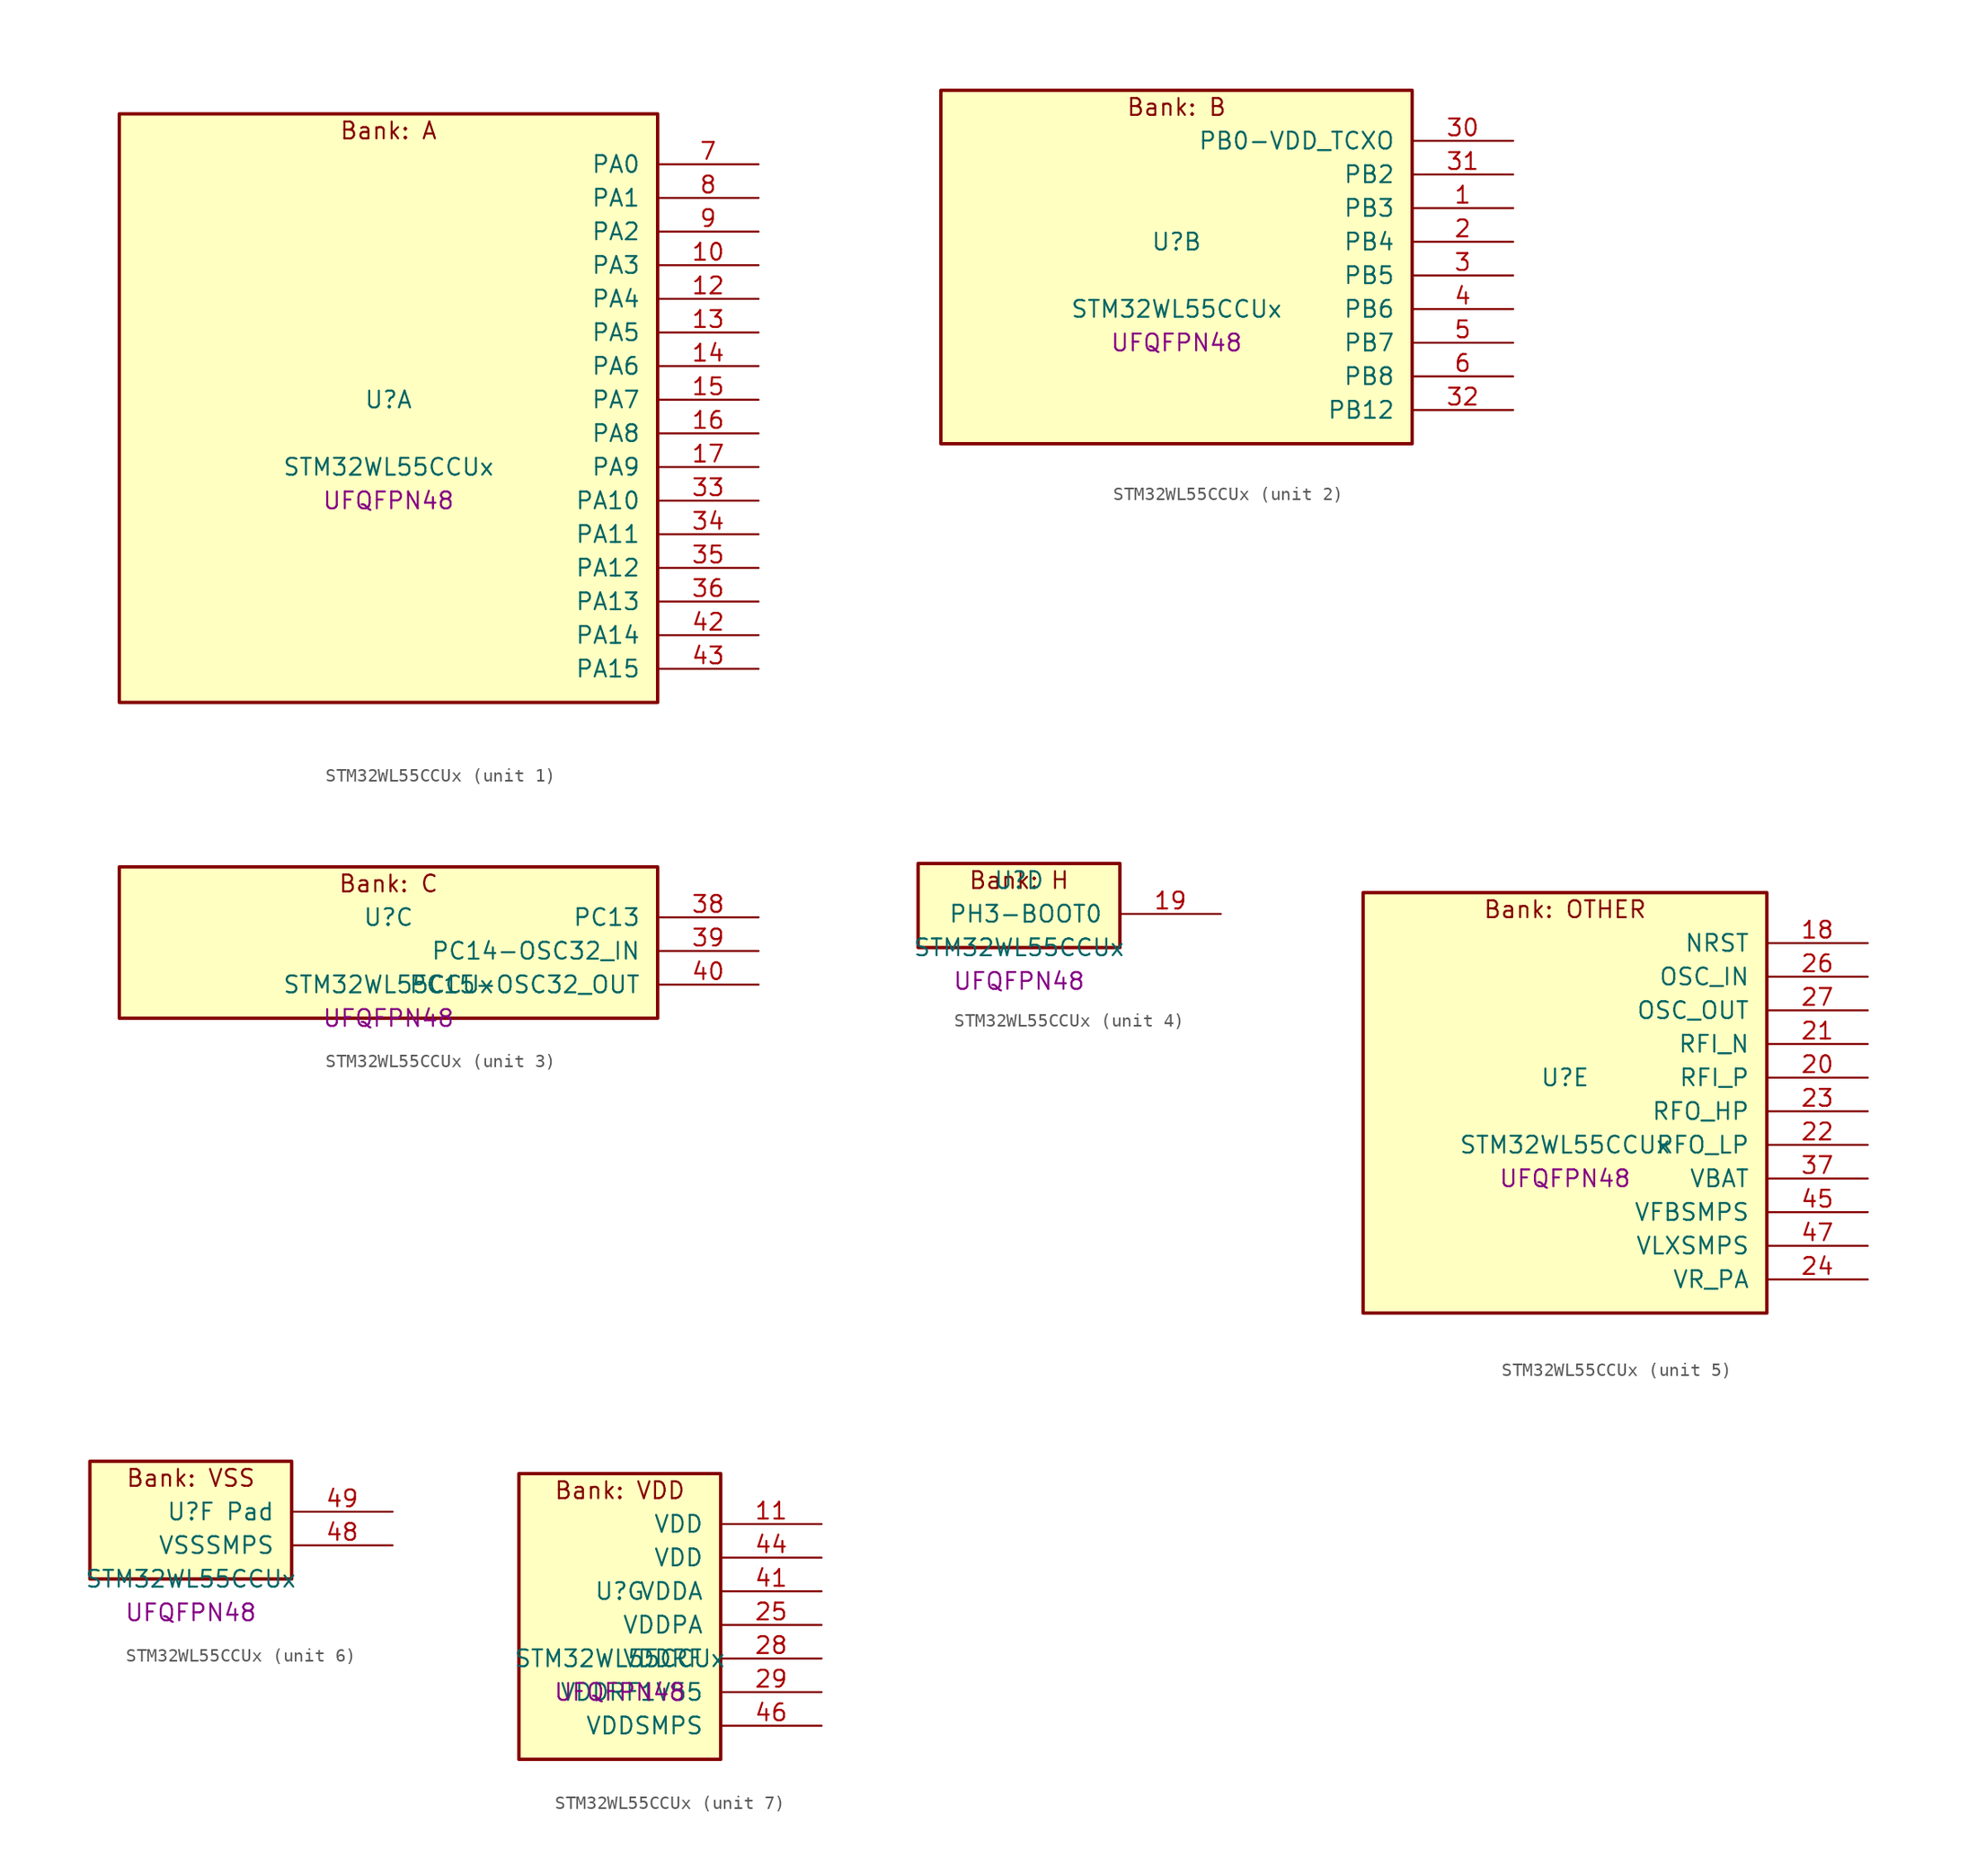
<source format=kicad_sym>
(kicad_symbol_lib
  (version 20241209)
  (generator "stm32_pkl_generator")
  (generator_version "1.0")
  (symbol "STM32WL55CCUx"
    (pin_names
      (offset 1.27))
    (property "Reference" "U"
      (at 0 2.54 0))
    (property "Value" "STM32WL55CCUx"
      (at 0 -2.54 0))
    (property "Footprint" "UFQFPN48"
      (at 0 -5.08 0))
    (symbol "STM32WL55CCUx_1_1"
      (rectangle (start -20.32 24.13) (end 20.32 -20.32) (stroke (width 0.254) (type solid)) (fill (type background)))
      (text "Bank: A" (at 0 22.86 0))
      (pin bidirectional line (at 27.94 20.32 180) (length 7.62) (name "PA0") (number "7") (alternate "PA0/COMP1_OUT" bidirectional line) (alternate "PA0/DEBUG_PWR-REGLP1S" bidirectional line) (alternate "PA0/I2C3_SMBA" bidirectional line) (alternate "PA0/I2S_CKIN" bidirectional line) (alternate "PA0/PWR_WKUP1" bidirectional line) (alternate "PA0/RTC_TAMP_IN2" bidirectional line) (alternate "PA0/TIM2_CH1" bidirectional line) (alternate "PA0/TIM2_ETR" bidirectional line) (alternate "PA0/USART2_CTS" bidirectional line) (alternate "PA0/USART2_NSS" bidirectional line))
      (pin bidirectional line (at 27.94 17.78 180) (length 7.62) (name "PA1") (number "8") (alternate "PA1/DEBUG_PWR-REGLP2S" bidirectional line) (alternate "PA1/I2C1_SMBA" bidirectional line) (alternate "PA1/LPTIM3_OUT" bidirectional line) (alternate "PA1/LPUART1_RTS" bidirectional line) (alternate "PA1/SPI1_SCK" bidirectional line) (alternate "PA1/TIM2_CH2" bidirectional line) (alternate "PA1/USART2_DE" bidirectional line) (alternate "PA1/USART2_RTS" bidirectional line))
      (pin bidirectional line (at 27.94 15.24 180) (length 7.62) (name "PA2") (number "9") (alternate "PA2/COMP2_OUT" bidirectional line) (alternate "PA2/DEBUG_PWR-LDORDY" bidirectional line) (alternate "PA2/LPUART1_TX" bidirectional line) (alternate "PA2/RCC_LSCO" bidirectional line) (alternate "PA2/TIM2_CH3" bidirectional line) (alternate "PA2/USART2_TX" bidirectional line))
      (pin bidirectional line (at 27.94 12.7 180) (length 7.62) (name "PA3") (number "10") (alternate "PA3/I2S2_MCK" bidirectional line) (alternate "PA3/LPUART1_RX" bidirectional line) (alternate "PA3/TIM2_CH4" bidirectional line) (alternate "PA3/USART2_RX" bidirectional line))
      (pin bidirectional line (at 27.94 10.16 180) (length 7.62) (name "PA4") (number "12") (alternate "PA4/DEBUG_SUBGHZSPI-NSSOUT" bidirectional line) (alternate "PA4/LPTIM1_OUT" bidirectional line) (alternate "PA4/LPTIM2_OUT" bidirectional line) (alternate "PA4/RTC_OUT2" bidirectional line) (alternate "PA4/SPI1_NSS" bidirectional line) (alternate "PA4/USART2_CK" bidirectional line))
      (pin bidirectional line (at 27.94 7.62 180) (length 7.62) (name "PA5") (number "13") (alternate "PA5/DEBUG_SUBGHZSPI-SCKOUT" bidirectional line) (alternate "PA5/LPTIM2_ETR" bidirectional line) (alternate "PA5/SPI1_SCK" bidirectional line) (alternate "PA5/SPI2_MISO" bidirectional line) (alternate "PA5/TIM2_CH1" bidirectional line) (alternate "PA5/TIM2_ETR" bidirectional line))
      (pin bidirectional line (at 27.94 5.08 180) (length 7.62) (name "PA6") (number "14") (alternate "PA6/DEBUG_SUBGHZSPI-MISOOUT" bidirectional line) (alternate "PA6/I2C2_SMBA" bidirectional line) (alternate "PA6/LPUART1_CTS" bidirectional line) (alternate "PA6/SPI1_MISO" bidirectional line) (alternate "PA6/TIM16_CH1" bidirectional line) (alternate "PA6/TIM1_BKIN" bidirectional line))
      (pin bidirectional line (at 27.94 2.54 180) (length 7.62) (name "PA7") (number "15") (alternate "PA7/COMP2_OUT" bidirectional line) (alternate "PA7/DEBUG_SUBGHZSPI-MOSIOUT" bidirectional line) (alternate "PA7/I2C3_SCL" bidirectional line) (alternate "PA7/SPI1_MOSI" bidirectional line) (alternate "PA7/TIM17_CH1" bidirectional line) (alternate "PA7/TIM1_CH1N" bidirectional line))
      (pin bidirectional line (at 27.94 0 180) (length 7.62) (name "PA8") (number "16") (alternate "PA8/I2S2_CK" bidirectional line) (alternate "PA8/LPTIM2_OUT" bidirectional line) (alternate "PA8/RCC_MCO" bidirectional line) (alternate "PA8/SPI2_SCK" bidirectional line) (alternate "PA8/TIM1_CH1" bidirectional line) (alternate "PA8/USART1_CK" bidirectional line))
      (pin bidirectional line (at 27.94 -2.54 180) (length 7.62) (name "PA9") (number "17") (alternate "PA9/DAC_EXTI9" bidirectional line) (alternate "PA9/I2C1_SCL" bidirectional line) (alternate "PA9/I2S2_CK" bidirectional line) (alternate "PA9/I2S2_WS" bidirectional line) (alternate "PA9/SPI2_NSS" bidirectional line) (alternate "PA9/SPI2_SCK" bidirectional line) (alternate "PA9/TIM1_CH2" bidirectional line) (alternate "PA9/USART1_TX" bidirectional line))
      (pin bidirectional line (at 27.94 -5.08 180) (length 7.62) (name "PA10") (number "33") (alternate "PA10/ADC_IN6" bidirectional line) (alternate "PA10/COMP1_INM" bidirectional line) (alternate "PA10/COMP2_INM" bidirectional line) (alternate "PA10/DAC_OUT1" bidirectional line) (alternate "PA10/DEBUG_RF-HSE32RDY" bidirectional line) (alternate "PA10/I2C1_SDA" bidirectional line) (alternate "PA10/I2S2_SD" bidirectional line) (alternate "PA10/RTC_REFIN" bidirectional line) (alternate "PA10/SPI2_MOSI" bidirectional line) (alternate "PA10/TIM17_BKIN" bidirectional line) (alternate "PA10/TIM1_CH3" bidirectional line) (alternate "PA10/USART1_RX" bidirectional line))
      (pin bidirectional line (at 27.94 -7.62 180) (length 7.62) (name "PA11") (number "34") (alternate "PA11/ADC_EXTI11" bidirectional line) (alternate "PA11/ADC_IN7" bidirectional line) (alternate "PA11/COMP1_INM" bidirectional line) (alternate "PA11/COMP2_INM" bidirectional line) (alternate "PA11/DEBUG_RF-NRESET" bidirectional line) (alternate "PA11/I2C2_SDA" bidirectional line) (alternate "PA11/LPTIM3_ETR" bidirectional line) (alternate "PA11/SPI1_MISO" bidirectional line) (alternate "PA11/TIM1_BKIN2" bidirectional line) (alternate "PA11/TIM1_CH4" bidirectional line) (alternate "PA11/USART1_CTS" bidirectional line) (alternate "PA11/USART1_NSS" bidirectional line))
      (pin bidirectional line (at 27.94 -10.16 180) (length 7.62) (name "PA12") (number "35") (alternate "PA12/ADC_IN8" bidirectional line) (alternate "PA12/DEBUG_RF-BUSY" bidirectional line) (alternate "PA12/I2C2_SCL" bidirectional line) (alternate "PA12/LPTIM3_IN1" bidirectional line) (alternate "PA12/SPI1_MOSI" bidirectional line) (alternate "PA12/TIM1_ETR" bidirectional line) (alternate "PA12/USART1_DE" bidirectional line) (alternate "PA12/USART1_RTS" bidirectional line))
      (pin bidirectional line (at 27.94 -12.7 180) (length 7.62) (name "PA13") (number "36") (alternate "PA13/ADC_IN9" bidirectional line) (alternate "PA13/DEBUG_JTMS-SWDIO" bidirectional line) (alternate "PA13/I2C2_SMBA" bidirectional line) (alternate "PA13/IR_OUT" bidirectional line))
      (pin bidirectional line (at 27.94 -15.24 180) (length 7.62) (name "PA14") (number "42") (alternate "PA14/ADC_IN10" bidirectional line) (alternate "PA14/DEBUG_JTCK-SWCLK" bidirectional line) (alternate "PA14/I2C1_SMBA" bidirectional line) (alternate "PA14/LPTIM1_OUT" bidirectional line))
      (pin bidirectional line (at 27.94 -17.78 180) (length 7.62) (name "PA15") (number "43") (alternate "PA15/ADC_IN11" bidirectional line) (alternate "PA15/COMP1_INM" bidirectional line) (alternate "PA15/COMP2_INP" bidirectional line) (alternate "PA15/DEBUG_JTDI" bidirectional line) (alternate "PA15/I2C2_SDA" bidirectional line) (alternate "PA15/SPI1_NSS" bidirectional line) (alternate "PA15/TIM2_CH1" bidirectional line) (alternate "PA15/TIM2_ETR" bidirectional line)))
    (symbol "STM32WL55CCUx_2_1"
      (rectangle (start -17.78 13.97) (end 17.78 -12.7) (stroke (width 0.254) (type solid)) (fill (type background)))
      (text "Bank: B" (at 0 12.7 0))
      (pin bidirectional line (at 25.4 10.16 180) (length 7.62) (name "PB0-VDD_TCXO") (number "30") (alternate "PB0-VDD_TCXO/COMP1_OUT" bidirectional line) (alternate "PB0-VDD_TCXO/VDDTCXO" bidirectional line))
      (pin bidirectional line (at 25.4 7.62 180) (length 7.62) (name "PB2") (number "31") (alternate "PB2/ADC_IN4" bidirectional line) (alternate "PB2/COMP1_INP" bidirectional line) (alternate "PB2/COMP2_INM" bidirectional line) (alternate "PB2/DEBUG_RF-SMPSRDY" bidirectional line) (alternate "PB2/I2C3_SMBA" bidirectional line) (alternate "PB2/LPTIM1_OUT" bidirectional line) (alternate "PB2/SPI1_NSS" bidirectional line))
      (pin bidirectional line (at 25.4 5.08 180) (length 7.62) (name "PB3") (number "1") (alternate "PB3/ADC_IN2" bidirectional line) (alternate "PB3/COMP1_INM" bidirectional line) (alternate "PB3/COMP2_INM" bidirectional line) (alternate "PB3/DEBUG_JTDO-SWO" bidirectional line) (alternate "PB3/DEBUG_RF-DTB1" bidirectional line) (alternate "PB3/PWR_WKUP3" bidirectional line) (alternate "PB3/RTC_TAMP_IN3" bidirectional line) (alternate "PB3/SPI1_SCK" bidirectional line) (alternate "PB3/TIM2_CH2" bidirectional line) (alternate "PB3/USART1_DE" bidirectional line) (alternate "PB3/USART1_RTS" bidirectional line))
      (pin bidirectional line (at 25.4 2.54 180) (length 7.62) (name "PB4") (number "2") (alternate "PB4/ADC_IN3" bidirectional line) (alternate "PB4/COMP1_INP" bidirectional line) (alternate "PB4/COMP2_INP" bidirectional line) (alternate "PB4/DEBUG_JTRST" bidirectional line) (alternate "PB4/DEBUG_RF-LDORDY" bidirectional line) (alternate "PB4/I2C3_SDA" bidirectional line) (alternate "PB4/SPI1_MISO" bidirectional line) (alternate "PB4/TIM17_BKIN" bidirectional line) (alternate "PB4/USART1_CTS" bidirectional line) (alternate "PB4/USART1_NSS" bidirectional line))
      (pin bidirectional line (at 25.4 0 180) (length 7.62) (name "PB5") (number "3") (alternate "PB5/COMP2_OUT" bidirectional line) (alternate "PB5/I2C1_SMBA" bidirectional line) (alternate "PB5/LPTIM1_IN1" bidirectional line) (alternate "PB5/SPI1_MOSI" bidirectional line) (alternate "PB5/TIM16_BKIN" bidirectional line) (alternate "PB5/USART1_CK" bidirectional line))
      (pin bidirectional line (at 25.4 -2.54 180) (length 7.62) (name "PB6") (number "4") (alternate "PB6/I2C1_SCL" bidirectional line) (alternate "PB6/LPTIM1_ETR" bidirectional line) (alternate "PB6/TIM16_CH1N" bidirectional line) (alternate "PB6/USART1_TX" bidirectional line))
      (pin bidirectional line (at 25.4 -5.08 180) (length 7.62) (name "PB7") (number "5") (alternate "PB7/I2C1_SDA" bidirectional line) (alternate "PB7/LPTIM1_IN2" bidirectional line) (alternate "PB7/PWR_PVD_IN" bidirectional line) (alternate "PB7/TIM17_CH1N" bidirectional line) (alternate "PB7/TIM1_BKIN" bidirectional line) (alternate "PB7/USART1_RX" bidirectional line))
      (pin bidirectional line (at 25.4 -7.62 180) (length 7.62) (name "PB8") (number "6") (alternate "PB8/I2C1_SCL" bidirectional line) (alternate "PB8/TIM16_CH1" bidirectional line) (alternate "PB8/TIM1_CH2N" bidirectional line))
      (pin bidirectional line (at 25.4 -10.16 180) (length 7.62) (name "PB12") (number "32") (alternate "PB12/I2C3_SMBA" bidirectional line) (alternate "PB12/I2S2_WS" bidirectional line) (alternate "PB12/LPUART1_RTS" bidirectional line) (alternate "PB12/SPI2_NSS" bidirectional line) (alternate "PB12/TIM1_BKIN" bidirectional line)))
    (symbol "STM32WL55CCUx_3_1"
      (rectangle (start -20.32 6.35) (end 20.32 -5.08) (stroke (width 0.254) (type solid)) (fill (type background)))
      (text "Bank: C" (at 0 5.08 0))
      (pin bidirectional line (at 27.94 2.54 180) (length 7.62) (name "PC13") (number "38") (alternate "PC13/PWR_WKUP2" bidirectional line) (alternate "PC13/RTC_OUT1" bidirectional line) (alternate "PC13/RTC_TAMP_IN1" bidirectional line) (alternate "PC13/RTC_TS" bidirectional line))
      (pin bidirectional line (at 27.94 0 180) (length 7.62) (name "PC14-OSC32_IN") (number "39") (alternate "PC14-OSC32_IN/RCC_OSC32_IN" bidirectional line))
      (pin bidirectional line (at 27.94 -2.54 180) (length 7.62) (name "PC15-OSC32_OUT") (number "40") (alternate "PC15-OSC32_OUT/RCC_OSC32_OUT" bidirectional line)))
    (symbol "STM32WL55CCUx_4_1"
      (rectangle (start -7.62 3.81) (end 7.62 -2.54) (stroke (width 0.254) (type solid)) (fill (type background)))
      (text "Bank: H" (at 0 2.54 0))
      (pin bidirectional line (at 15.24 0 180) (length 7.62) (name "PH3-BOOT0") (number "19")))
    (symbol "STM32WL55CCUx_5_1"
      (rectangle (start -15.24 16.51) (end 15.24 -15.24) (stroke (width 0.254) (type solid)) (fill (type background)))
      (text "Bank: OTHER" (at 0 15.24 0))
      (pin input line (at 22.86 12.7 180) (length 7.62) (name "NRST") (number "18"))
      (pin bidirectional line (at 22.86 10.16 180) (length 7.62) (name "OSC_IN") (number "26") (alternate "OSC_IN/RCC_OSC_IN" bidirectional line))
      (pin bidirectional line (at 22.86 7.62 180) (length 7.62) (name "OSC_OUT") (number "27") (alternate "OSC_OUT/RCC_OSC_OUT" bidirectional line))
      (pin bidirectional line (at 22.86 5.08 180) (length 7.62) (name "RFI_N") (number "21"))
      (pin bidirectional line (at 22.86 2.54 180) (length 7.62) (name "RFI_P") (number "20"))
      (pin bidirectional line (at 22.86 0 180) (length 7.62) (name "RFO_HP") (number "23"))
      (pin bidirectional line (at 22.86 -2.54 180) (length 7.62) (name "RFO_LP") (number "22"))
      (pin power_in line (at 22.86 -5.08 180) (length 7.62) (name "VBAT") (number "37"))
      (pin power_in line (at 22.86 -7.62 180) (length 7.62) (name "VFBSMPS") (number "45"))
      (pin power_in line (at 22.86 -10.16 180) (length 7.62) (name "VLXSMPS") (number "47"))
      (pin power_in line (at 22.86 -12.7 180) (length 7.62) (name "VR_PA") (number "24")))
    (symbol "STM32WL55CCUx_6_1"
      (rectangle (start -7.62 6.35) (end 7.62 -2.54) (stroke (width 0.254) (type solid)) (fill (type background)))
      (text "Bank: VSS" (at 0 5.08 0))
      (pin passive line (at 15.24 2.54 180) (length 7.62) (name "Pad") (number "49"))
      (pin power_in line (at 15.24 0 180) (length 7.62) (name "VSSSMPS") (number "48")))
    (symbol "STM32WL55CCUx_7_1"
      (rectangle (start -7.62 11.43) (end 7.62 -10.16) (stroke (width 0.254) (type solid)) (fill (type background)))
      (text "Bank: VDD" (at 0 10.16 0))
      (pin power_in line (at 15.24 7.62 180) (length 7.62) (name "VDD") (number "11"))
      (pin power_in line (at 15.24 5.08 180) (length 7.62) (name "VDD") (number "44"))
      (pin power_in line (at 15.24 2.54 180) (length 7.62) (name "VDDA") (number "41"))
      (pin power_in line (at 15.24 0 180) (length 7.62) (name "VDDPA") (number "25"))
      (pin power_in line (at 15.24 -2.54 180) (length 7.62) (name "VDDRF") (number "28"))
      (pin power_in line (at 15.24 -5.08 180) (length 7.62) (name "VDDRF1V55") (number "29"))
      (pin power_in line (at 15.24 -7.62 180) (length 7.62) (name "VDDSMPS") (number "46")))))
</source>
